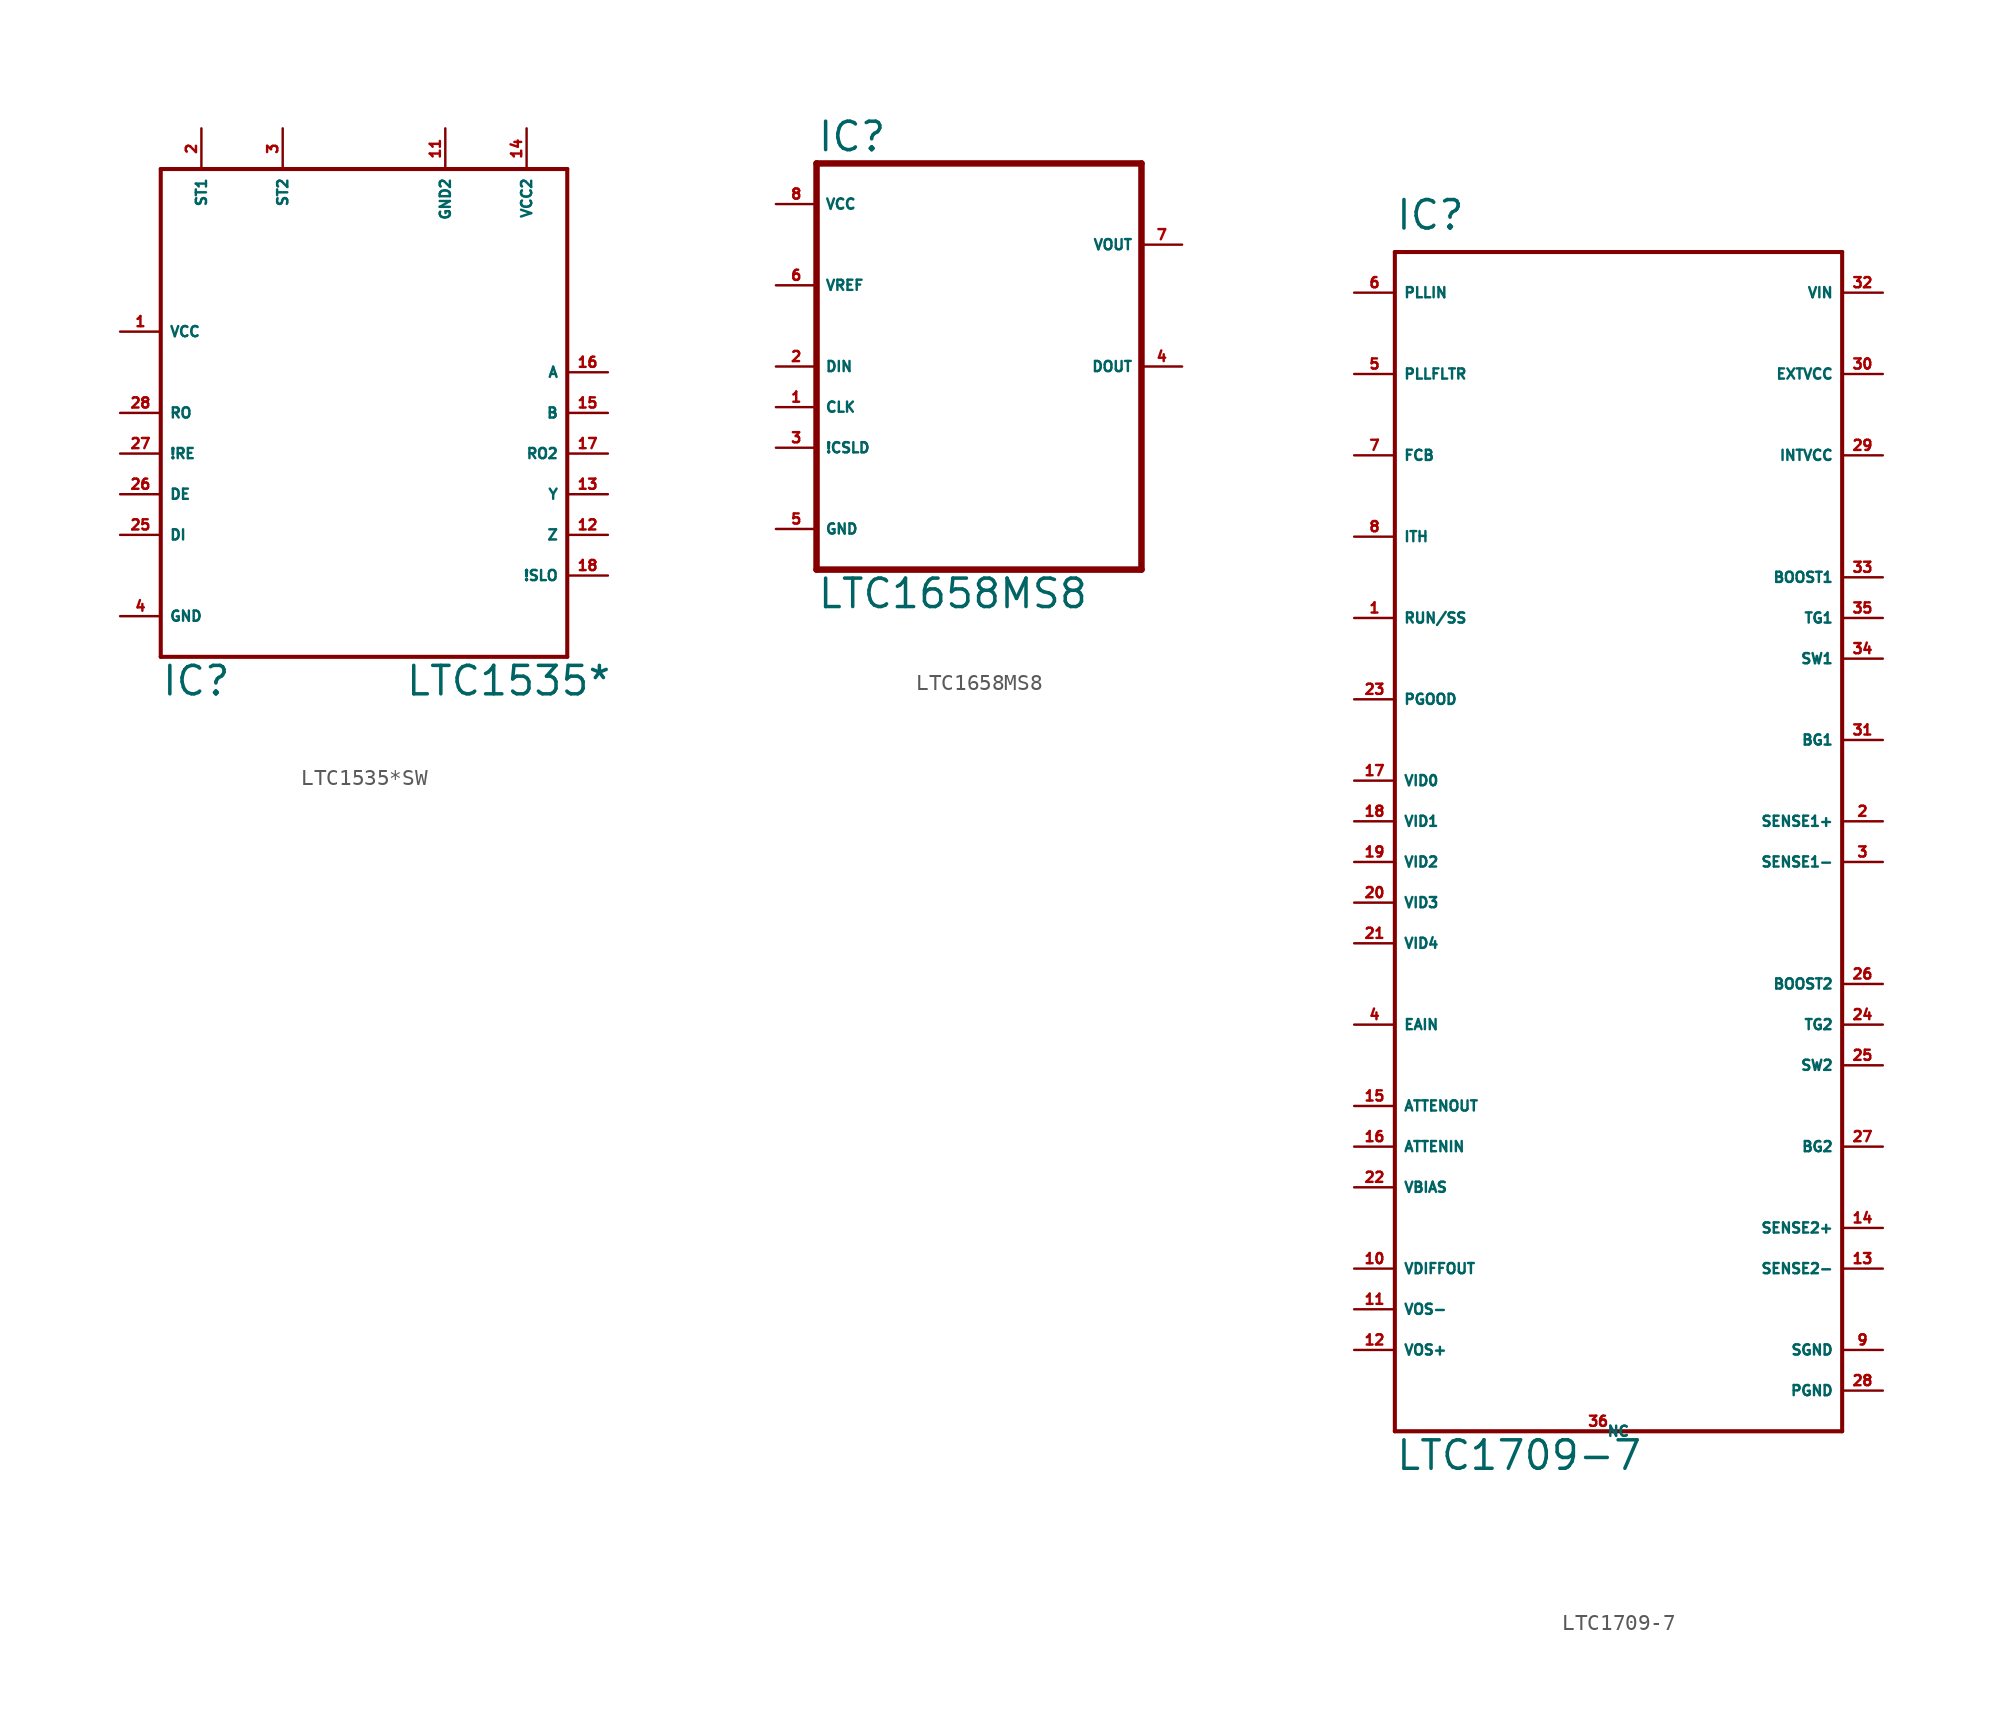
<source format=kicad_sym>
(kicad_symbol_lib
  (version 20220914)
  (generator Eagle2Kicad)
  (symbol "LTC1535*SW"
    (property "Reference" "IC"
      (at -12.7 -17.78 0)
      (effects (font (size 1.778 1.778) (thickness 0.22)) (justify left bottom)))
    (property "Value" "LTC1535*"
      (at 2.54 -17.78 0)
      (effects (font (size 1.778 1.778) (thickness 0.22)) (justify left bottom)))
    (polyline
      (pts (xy -12.7 15.24) (xy 12.7 15.24))
      (stroke (width 0.254) (type default))
      (fill (type none)))
    (polyline
      (pts (xy 12.7 15.24) (xy 12.7 -15.24))
      (stroke (width 0.254) (type default))
      (fill (type none)))
    (polyline
      (pts (xy 12.7 -15.24) (xy -12.7 -15.24))
      (stroke (width 0.254) (type default))
      (fill (type none)))
    (polyline
      (pts (xy -12.7 -15.24) (xy -12.7 15.24))
      (stroke (width 0.254) (type default))
      (fill (type none)))
    (pin input line
      (at -15.24 5.08 0)
      (length 2.54)
      (name "VCC" (effects (font (size 0.635 0.635) (thickness 0.08)) (justify left bottom)))
      (number "1" (effects (font (size 0.635 0.635) (thickness 0.08)) (justify left bottom))))
    (pin input line
      (at -15.24 -12.7 0)
      (length 2.54)
      (name "GND" (effects (font (size 0.635 0.635) (thickness 0.08)) (justify left bottom)))
      (number "4" (effects (font (size 0.635 0.635) (thickness 0.08)) (justify left bottom))))
    (pin output line
      (at -15.24 0 0)
      (length 2.54)
      (name "RO" (effects (font (size 0.635 0.635) (thickness 0.08)) (justify left bottom)))
      (number "28" (effects (font (size 0.635 0.635) (thickness 0.08)) (justify left bottom))))
    (pin input line
      (at -15.24 -2.54 0)
      (length 2.54)
      (name "!RE" (effects (font (size 0.635 0.635) (thickness 0.08)) (justify left bottom)))
      (number "27" (effects (font (size 0.635 0.635) (thickness 0.08)) (justify left bottom))))
    (pin input line
      (at -15.24 -5.08 0)
      (length 2.54)
      (name "DE" (effects (font (size 0.635 0.635) (thickness 0.08)) (justify left bottom)))
      (number "26" (effects (font (size 0.635 0.635) (thickness 0.08)) (justify left bottom))))
    (pin input line
      (at -15.24 -7.62 0)
      (length 2.54)
      (name "DI" (effects (font (size 0.635 0.635) (thickness 0.08)) (justify left bottom)))
      (number "25" (effects (font (size 0.635 0.635) (thickness 0.08)) (justify left bottom))))
    (pin input line
      (at -10.16 17.78 270)
      (length 2.54)
      (name "ST1" (effects (font (size 0.635 0.635) (thickness 0.08)) (justify left bottom)))
      (number "2" (effects (font (size 0.635 0.635) (thickness 0.08)) (justify left bottom))))
    (pin input line
      (at -5.08 17.78 270)
      (length 2.54)
      (name "ST2" (effects (font (size 0.635 0.635) (thickness 0.08)) (justify left bottom)))
      (number "3" (effects (font (size 0.635 0.635) (thickness 0.08)) (justify left bottom))))
    (pin input line
      (at 5.08 17.78 270)
      (length 2.54)
      (name "GND2" (effects (font (size 0.635 0.635) (thickness 0.08)) (justify left bottom)))
      (number "11" (effects (font (size 0.635 0.635) (thickness 0.08)) (justify left bottom))))
    (pin input line
      (at 10.16 17.78 270)
      (length 2.54)
      (name "VCC2" (effects (font (size 0.635 0.635) (thickness 0.08)) (justify left bottom)))
      (number "14" (effects (font (size 0.635 0.635) (thickness 0.08)) (justify left bottom))))
    (pin input line
      (at 15.24 2.54 180)
      (length 2.54)
      (name "A" (effects (font (size 0.635 0.635) (thickness 0.08)) (justify left bottom)))
      (number "16" (effects (font (size 0.635 0.635) (thickness 0.08)) (justify left bottom))))
    (pin input line
      (at 15.24 0 180)
      (length 2.54)
      (name "B" (effects (font (size 0.635 0.635) (thickness 0.08)) (justify left bottom)))
      (number "15" (effects (font (size 0.635 0.635) (thickness 0.08)) (justify left bottom))))
    (pin output line
      (at 15.24 -2.54 180)
      (length 2.54)
      (name "RO2" (effects (font (size 0.635 0.635) (thickness 0.08)) (justify left bottom)))
      (number "17" (effects (font (size 0.635 0.635) (thickness 0.08)) (justify left bottom))))
    (pin tri_state line
      (at 15.24 -5.08 180)
      (length 2.54)
      (name "Y" (effects (font (size 0.635 0.635) (thickness 0.08)) (justify left bottom)))
      (number "13" (effects (font (size 0.635 0.635) (thickness 0.08)) (justify left bottom))))
    (pin tri_state line
      (at 15.24 -7.62 180)
      (length 2.54)
      (name "Z" (effects (font (size 0.635 0.635) (thickness 0.08)) (justify left bottom)))
      (number "12" (effects (font (size 0.635 0.635) (thickness 0.08)) (justify left bottom))))
    (pin input line
      (at 15.24 -10.16 180)
      (length 2.54)
      (name "!SLO" (effects (font (size 0.635 0.635) (thickness 0.08)) (justify left bottom)))
      (number "18" (effects (font (size 0.635 0.635) (thickness 0.08)) (justify left bottom)))))
  (symbol "LTC1658MS8"
    (property "Reference" "IC"
      (at -10.16 13.335 0)
      (effects (font (size 1.778 1.778) (thickness 0.22)) (justify left bottom)))
    (property "Value" "LTC1658MS8"
      (at -10.16 -15.24 0)
      (effects (font (size 1.778 1.778) (thickness 0.22)) (justify left bottom)))
    (polyline
      (pts (xy -10.16 -12.7) (xy 10.16 -12.7))
      (stroke (width 0.406) (type default))
      (fill (type none)))
    (polyline
      (pts (xy 10.16 -12.7) (xy 10.16 12.7))
      (stroke (width 0.406) (type default))
      (fill (type none)))
    (polyline
      (pts (xy 10.16 12.7) (xy -10.16 12.7))
      (stroke (width 0.406) (type default))
      (fill (type none)))
    (polyline
      (pts (xy -10.16 12.7) (xy -10.16 -12.7))
      (stroke (width 0.406) (type default))
      (fill (type none)))
    (pin output line
      (at 12.7 0 180)
      (length 2.54)
      (name "DOUT" (effects (font (size 0.635 0.635) (thickness 0.08)) (justify left bottom)))
      (number "4" (effects (font (size 0.635 0.635) (thickness 0.08)) (justify left bottom))))
    (pin output line
      (at 12.7 7.62 180)
      (length 2.54)
      (name "VOUT" (effects (font (size 0.635 0.635) (thickness 0.08)) (justify left bottom)))
      (number "7" (effects (font (size 0.635 0.635) (thickness 0.08)) (justify left bottom))))
    (pin input line
      (at -12.7 0 0)
      (length 2.54)
      (name "DIN" (effects (font (size 0.635 0.635) (thickness 0.08)) (justify left bottom)))
      (number "2" (effects (font (size 0.635 0.635) (thickness 0.08)) (justify left bottom))))
    (pin input line
      (at -12.7 5.08 0)
      (length 2.54)
      (name "VREF" (effects (font (size 0.635 0.635) (thickness 0.08)) (justify left bottom)))
      (number "6" (effects (font (size 0.635 0.635) (thickness 0.08)) (justify left bottom))))
    (pin unspecified line
      (at -12.7 -10.16 0)
      (length 2.54)
      (name "GND" (effects (font (size 0.635 0.635) (thickness 0.08)) (justify left bottom)))
      (number "5" (effects (font (size 0.635 0.635) (thickness 0.08)) (justify left bottom))))
    (pin unspecified line
      (at -12.7 10.16 0)
      (length 2.54)
      (name "VCC" (effects (font (size 0.635 0.635) (thickness 0.08)) (justify left bottom)))
      (number "8" (effects (font (size 0.635 0.635) (thickness 0.08)) (justify left bottom))))
    (pin input line
      (at -12.7 -2.54 0)
      (length 2.54)
      (name "CLK" (effects (font (size 0.635 0.635) (thickness 0.08)) (justify left bottom)))
      (number "1" (effects (font (size 0.635 0.635) (thickness 0.08)) (justify left bottom))))
    (pin input line
      (at -12.7 -5.08 0)
      (length 2.54)
      (name "!CSLD" (effects (font (size 0.635 0.635) (thickness 0.08)) (justify left bottom)))
      (number "3" (effects (font (size 0.635 0.635) (thickness 0.08)) (justify left bottom)))))
  (symbol "LTC1709-7"
    (property "Reference" "IC"
      (at -12.7 36.83 0)
      (effects (font (size 1.778 1.778) (thickness 0.22)) (justify left bottom)))
    (property "Value" "LTC1709-7"
      (at -12.7 -40.64 0)
      (effects (font (size 1.778 1.778) (thickness 0.22)) (justify left bottom)))
    (polyline
      (pts (xy -12.7 35.56) (xy 15.24 35.56))
      (stroke (width 0.254) (type default))
      (fill (type none)))
    (polyline
      (pts (xy 15.24 35.56) (xy 15.24 -38.1))
      (stroke (width 0.254) (type default))
      (fill (type none)))
    (polyline
      (pts (xy 15.24 -38.1) (xy -12.7 -38.1))
      (stroke (width 0.254) (type default))
      (fill (type none)))
    (polyline
      (pts (xy -12.7 -38.1) (xy -12.7 35.56))
      (stroke (width 0.254) (type default))
      (fill (type none)))
    (pin passive line
      (at -15.24 22.86 0)
      (length 2.54)
      (name "FCB" (effects (font (size 0.635 0.635) (thickness 0.08)) (justify left bottom)))
      (number "7" (effects (font (size 0.635 0.635) (thickness 0.08)) (justify left bottom))))
    (pin input line
      (at -15.24 12.7 0)
      (length 2.54)
      (name "RUN/SS" (effects (font (size 0.635 0.635) (thickness 0.08)) (justify left bottom)))
      (number "1" (effects (font (size 0.635 0.635) (thickness 0.08)) (justify left bottom))))
    (pin output line
      (at -15.24 17.78 0)
      (length 2.54)
      (name "ITH" (effects (font (size 0.635 0.635) (thickness 0.08)) (justify left bottom)))
      (number "8" (effects (font (size 0.635 0.635) (thickness 0.08)) (justify left bottom))))
    (pin unspecified line
      (at 17.78 -33.02 180)
      (length 2.54)
      (name "SGND" (effects (font (size 0.635 0.635) (thickness 0.08)) (justify left bottom)))
      (number "9" (effects (font (size 0.635 0.635) (thickness 0.08)) (justify left bottom))))
    (pin output line
      (at -15.24 7.62 0)
      (length 2.54)
      (name "PGOOD" (effects (font (size 0.635 0.635) (thickness 0.08)) (justify left bottom)))
      (number "23" (effects (font (size 0.635 0.635) (thickness 0.08)) (justify left bottom))))
    (pin input line
      (at -15.24 2.54 0)
      (length 2.54)
      (name "VID0" (effects (font (size 0.635 0.635) (thickness 0.08)) (justify left bottom)))
      (number "17" (effects (font (size 0.635 0.635) (thickness 0.08)) (justify left bottom))))
    (pin input line
      (at -15.24 0 0)
      (length 2.54)
      (name "VID1" (effects (font (size 0.635 0.635) (thickness 0.08)) (justify left bottom)))
      (number "18" (effects (font (size 0.635 0.635) (thickness 0.08)) (justify left bottom))))
    (pin input line
      (at -15.24 -2.54 0)
      (length 2.54)
      (name "VID2" (effects (font (size 0.635 0.635) (thickness 0.08)) (justify left bottom)))
      (number "19" (effects (font (size 0.635 0.635) (thickness 0.08)) (justify left bottom))))
    (pin input line
      (at -15.24 -5.08 0)
      (length 2.54)
      (name "VID3" (effects (font (size 0.635 0.635) (thickness 0.08)) (justify left bottom)))
      (number "20" (effects (font (size 0.635 0.635) (thickness 0.08)) (justify left bottom))))
    (pin input line
      (at -15.24 -7.62 0)
      (length 2.54)
      (name "VID4" (effects (font (size 0.635 0.635) (thickness 0.08)) (justify left bottom)))
      (number "21" (effects (font (size 0.635 0.635) (thickness 0.08)) (justify left bottom))))
    (pin input line
      (at -15.24 -12.7 0)
      (length 2.54)
      (name "EAIN" (effects (font (size 0.635 0.635) (thickness 0.08)) (justify left bottom)))
      (number "4" (effects (font (size 0.635 0.635) (thickness 0.08)) (justify left bottom))))
    (pin output line
      (at -15.24 -17.78 0)
      (length 2.54)
      (name "ATTENOUT" (effects (font (size 0.635 0.635) (thickness 0.08)) (justify left bottom)))
      (number "15" (effects (font (size 0.635 0.635) (thickness 0.08)) (justify left bottom))))
    (pin input line
      (at -15.24 -20.32 0)
      (length 2.54)
      (name "ATTENIN" (effects (font (size 0.635 0.635) (thickness 0.08)) (justify left bottom)))
      (number "16" (effects (font (size 0.635 0.635) (thickness 0.08)) (justify left bottom))))
    (pin output line
      (at -15.24 -27.94 0)
      (length 2.54)
      (name "VDIFFOUT" (effects (font (size 0.635 0.635) (thickness 0.08)) (justify left bottom)))
      (number "10" (effects (font (size 0.635 0.635) (thickness 0.08)) (justify left bottom))))
    (pin input line
      (at -15.24 -30.48 0)
      (length 2.54)
      (name "VOS-" (effects (font (size 0.635 0.635) (thickness 0.08)) (justify left bottom)))
      (number "11" (effects (font (size 0.635 0.635) (thickness 0.08)) (justify left bottom))))
    (pin input line
      (at -15.24 -33.02 0)
      (length 2.54)
      (name "VOS+" (effects (font (size 0.635 0.635) (thickness 0.08)) (justify left bottom)))
      (number "12" (effects (font (size 0.635 0.635) (thickness 0.08)) (justify left bottom))))
    (pin input line
      (at 17.78 -27.94 180)
      (length 2.54)
      (name "SENSE2-" (effects (font (size 0.635 0.635) (thickness 0.08)) (justify left bottom)))
      (number "13" (effects (font (size 0.635 0.635) (thickness 0.08)) (justify left bottom))))
    (pin input line
      (at 17.78 -25.4 180)
      (length 2.54)
      (name "SENSE2+" (effects (font (size 0.635 0.635) (thickness 0.08)) (justify left bottom)))
      (number "14" (effects (font (size 0.635 0.635) (thickness 0.08)) (justify left bottom))))
    (pin input line
      (at 17.78 22.86 180)
      (length 2.54)
      (name "INTVCC" (effects (font (size 0.635 0.635) (thickness 0.08)) (justify left bottom)))
      (number "29" (effects (font (size 0.635 0.635) (thickness 0.08)) (justify left bottom))))
    (pin output line
      (at 17.78 -20.32 180)
      (length 2.54)
      (name "BG2" (effects (font (size 0.635 0.635) (thickness 0.08)) (justify left bottom)))
      (number "27" (effects (font (size 0.635 0.635) (thickness 0.08)) (justify left bottom))))
    (pin passive line
      (at 17.78 -15.24 180)
      (length 2.54)
      (name "SW2" (effects (font (size 0.635 0.635) (thickness 0.08)) (justify left bottom)))
      (number "25" (effects (font (size 0.635 0.635) (thickness 0.08)) (justify left bottom))))
    (pin passive line
      (at 17.78 -10.16 180)
      (length 2.54)
      (name "BOOST2" (effects (font (size 0.635 0.635) (thickness 0.08)) (justify left bottom)))
      (number "26" (effects (font (size 0.635 0.635) (thickness 0.08)) (justify left bottom))))
    (pin output line
      (at 17.78 -12.7 180)
      (length 2.54)
      (name "TG2" (effects (font (size 0.635 0.635) (thickness 0.08)) (justify left bottom)))
      (number "24" (effects (font (size 0.635 0.635) (thickness 0.08)) (justify left bottom))))
    (pin input line
      (at 17.78 -2.54 180)
      (length 2.54)
      (name "SENSE1-" (effects (font (size 0.635 0.635) (thickness 0.08)) (justify left bottom)))
      (number "3" (effects (font (size 0.635 0.635) (thickness 0.08)) (justify left bottom))))
    (pin input line
      (at 17.78 0 180)
      (length 2.54)
      (name "SENSE1+" (effects (font (size 0.635 0.635) (thickness 0.08)) (justify left bottom)))
      (number "2" (effects (font (size 0.635 0.635) (thickness 0.08)) (justify left bottom))))
    (pin input line
      (at 17.78 -35.56 180)
      (length 2.54)
      (name "PGND" (effects (font (size 0.635 0.635) (thickness 0.08)) (justify left bottom)))
      (number "28" (effects (font (size 0.635 0.635) (thickness 0.08)) (justify left bottom))))
    (pin output line
      (at 17.78 5.08 180)
      (length 2.54)
      (name "BG1" (effects (font (size 0.635 0.635) (thickness 0.08)) (justify left bottom)))
      (number "31" (effects (font (size 0.635 0.635) (thickness 0.08)) (justify left bottom))))
    (pin passive line
      (at 17.78 10.16 180)
      (length 2.54)
      (name "SW1" (effects (font (size 0.635 0.635) (thickness 0.08)) (justify left bottom)))
      (number "34" (effects (font (size 0.635 0.635) (thickness 0.08)) (justify left bottom))))
    (pin passive line
      (at 17.78 15.24 180)
      (length 2.54)
      (name "BOOST1" (effects (font (size 0.635 0.635) (thickness 0.08)) (justify left bottom)))
      (number "33" (effects (font (size 0.635 0.635) (thickness 0.08)) (justify left bottom))))
    (pin output line
      (at 17.78 12.7 180)
      (length 2.54)
      (name "TG1" (effects (font (size 0.635 0.635) (thickness 0.08)) (justify left bottom)))
      (number "35" (effects (font (size 0.635 0.635) (thickness 0.08)) (justify left bottom))))
    (pin input line
      (at 17.78 33.02 180)
      (length 2.54)
      (name "VIN" (effects (font (size 0.635 0.635) (thickness 0.08)) (justify left bottom)))
      (number "32" (effects (font (size 0.635 0.635) (thickness 0.08)) (justify left bottom))))
    (pin input line
      (at -15.24 33.02 0)
      (length 2.54)
      (name "PLLIN" (effects (font (size 0.635 0.635) (thickness 0.08)) (justify left bottom)))
      (number "6" (effects (font (size 0.635 0.635) (thickness 0.08)) (justify left bottom))))
    (pin passive line
      (at -15.24 27.94 0)
      (length 2.54)
      (name "PLLFLTR" (effects (font (size 0.635 0.635) (thickness 0.08)) (justify left bottom)))
      (number "5" (effects (font (size 0.635 0.635) (thickness 0.08)) (justify left bottom))))
    (pin input line
      (at 17.78 27.94 180)
      (length 2.54)
      (name "EXTVCC" (effects (font (size 0.635 0.635) (thickness 0.08)) (justify left bottom)))
      (number "30" (effects (font (size 0.635 0.635) (thickness 0.08)) (justify left bottom))))
    (pin passive line
      (at -15.24 -22.86 0)
      (length 2.54)
      (name "VBIAS" (effects (font (size 0.635 0.635) (thickness 0.08)) (justify left bottom)))
      (number "22" (effects (font (size 0.635 0.635) (thickness 0.08)) (justify left bottom))))
    (pin passive line
      (at 0 -38.1 0)
      (length 0)
      (name "NC" (effects (font (size 0.635 0.635) (thickness 0.08)) (justify left bottom)))
      (number "36" (effects (font (size 0.635 0.635) (thickness 0.08)) (justify left bottom))))))
</source>
